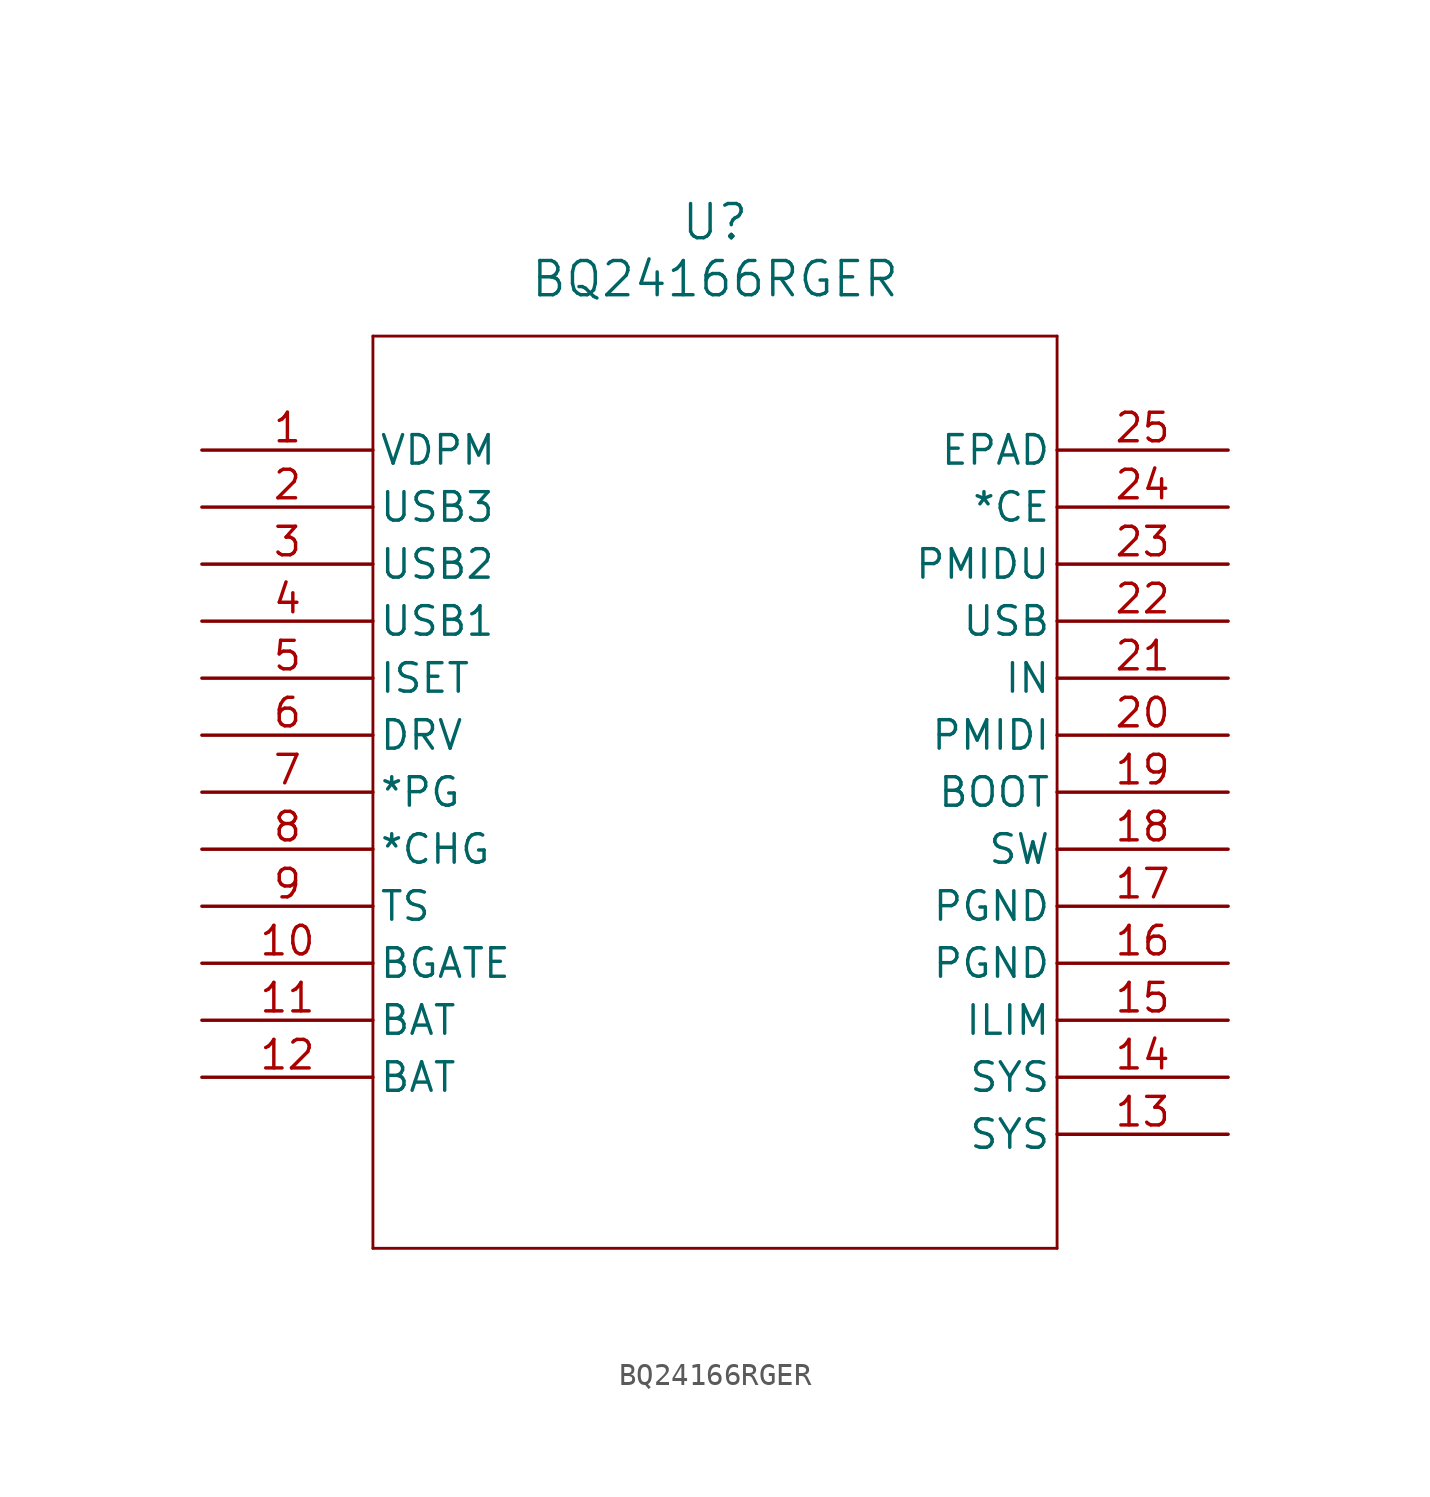
<source format=kicad_sym>
(kicad_symbol_lib
  (version 20211014)
  (generator kicad_symbol_editor)
  (symbol "BQ24166RGER"
    (pin_names
      (offset 0.254))
    (property "Reference" "U"
      (at 22.86 10.16 0)
      (effects (font (size 1.524 1.524))))
    (property "Value" "BQ24166RGER"
      (at 22.86 7.62 0)
      (effects (font (size 1.524 1.524))))
    (symbol "BQ24166RGER_0_1"
      (polyline (pts (xy 7.62 5.08) (xy 7.62 -35.56)) (stroke (width 0.127) (type default) (color 0 0 0 0)) (fill (type none)))
      (polyline (pts (xy 7.62 -35.56) (xy 38.1 -35.56)) (stroke (width 0.127) (type default) (color 0 0 0 0)) (fill (type none)))
      (polyline (pts (xy 38.1 -35.56) (xy 38.1 5.08)) (stroke (width 0.127) (type default) (color 0 0 0 0)) (fill (type none)))
      (polyline (pts (xy 38.1 5.08) (xy 7.62 5.08)) (stroke (width 0.127) (type default) (color 0 0 0 0)) (fill (type none)))
      (pin input line (at 0 0 0) (length 7.62) (name "VDPM" (effects (font (size 1.27 1.27)))) (number "1" (effects (font (size 1.27 1.27)))))
      (pin input line (at 0 -2.54 0) (length 7.62) (name "USB3" (effects (font (size 1.27 1.27)))) (number "2" (effects (font (size 1.27 1.27)))))
      (pin input line (at 0 -5.08 0) (length 7.62) (name "USB2" (effects (font (size 1.27 1.27)))) (number "3" (effects (font (size 1.27 1.27)))))
      (pin input line (at 0 -7.62 0) (length 7.62) (name "USB1" (effects (font (size 1.27 1.27)))) (number "4" (effects (font (size 1.27 1.27)))))
      (pin input line (at 0 -10.16 0) (length 7.62) (name "ISET" (effects (font (size 1.27 1.27)))) (number "5" (effects (font (size 1.27 1.27)))))
      (pin output line (at 0 -12.7 0) (length 7.62) (name "DRV" (effects (font (size 1.27 1.27)))) (number "6" (effects (font (size 1.27 1.27)))))
      (pin output line (at 0 -15.24 0) (length 7.62) (name "*PG" (effects (font (size 1.27 1.27)))) (number "7" (effects (font (size 1.27 1.27)))))
      (pin output line (at 0 -17.78 0) (length 7.62) (name "*CHG" (effects (font (size 1.27 1.27)))) (number "8" (effects (font (size 1.27 1.27)))))
      (pin input line (at 0 -20.32 0) (length 7.62) (name "TS" (effects (font (size 1.27 1.27)))) (number "9" (effects (font (size 1.27 1.27)))))
      (pin output line (at 0 -22.86 0) (length 7.62) (name "BGATE" (effects (font (size 1.27 1.27)))) (number "10" (effects (font (size 1.27 1.27)))))
      (pin bidirectional line (at 0 -25.4 0) (length 7.62) (name "BAT" (effects (font (size 1.27 1.27)))) (number "11" (effects (font (size 1.27 1.27)))))
      (pin bidirectional line (at 0 -27.94 0) (length 7.62) (name "BAT" (effects (font (size 1.27 1.27)))) (number "12" (effects (font (size 1.27 1.27)))))
      (pin input line (at 45.72 -30.48 180) (length 7.62) (name "SYS" (effects (font (size 1.27 1.27)))) (number "13" (effects (font (size 1.27 1.27)))))
      (pin input line (at 45.72 -27.94 180) (length 7.62) (name "SYS" (effects (font (size 1.27 1.27)))) (number "14" (effects (font (size 1.27 1.27)))))
      (pin input line (at 45.72 -25.4 180) (length 7.62) (name "ILIM" (effects (font (size 1.27 1.27)))) (number "15" (effects (font (size 1.27 1.27)))))
      (pin power_in line (at 45.72 -22.86 180) (length 7.62) (name "PGND" (effects (font (size 1.27 1.27)))) (number "16" (effects (font (size 1.27 1.27)))))
      (pin power_in line (at 45.72 -20.32 180) (length 7.62) (name "PGND" (effects (font (size 1.27 1.27)))) (number "17" (effects (font (size 1.27 1.27)))))
      (pin output line (at 45.72 -17.78 180) (length 7.62) (name "SW" (effects (font (size 1.27 1.27)))) (number "18" (effects (font (size 1.27 1.27)))))
      (pin input line (at 45.72 -15.24 180) (length 7.62) (name "BOOT" (effects (font (size 1.27 1.27)))) (number "19" (effects (font (size 1.27 1.27)))))
      (pin output line (at 45.72 -12.7 180) (length 7.62) (name "PMIDI" (effects (font (size 1.27 1.27)))) (number "20" (effects (font (size 1.27 1.27)))))
      (pin input line (at 45.72 -10.16 180) (length 7.62) (name "IN" (effects (font (size 1.27 1.27)))) (number "21" (effects (font (size 1.27 1.27)))))
      (pin input line (at 45.72 -7.62 180) (length 7.62) (name "USB" (effects (font (size 1.27 1.27)))) (number "22" (effects (font (size 1.27 1.27)))))
      (pin output line (at 45.72 -5.08 180) (length 7.62) (name "PMIDU" (effects (font (size 1.27 1.27)))) (number "23" (effects (font (size 1.27 1.27)))))
      (pin input line (at 45.72 -2.54 180) (length 7.62) (name "*CE" (effects (font (size 1.27 1.27)))) (number "24" (effects (font (size 1.27 1.27)))))
      (pin unspecified line (at 45.72 0 180) (length 7.62) (name "EPAD" (effects (font (size 1.27 1.27)))) (number "25" (effects (font (size 1.27 1.27))))))))
</source>
